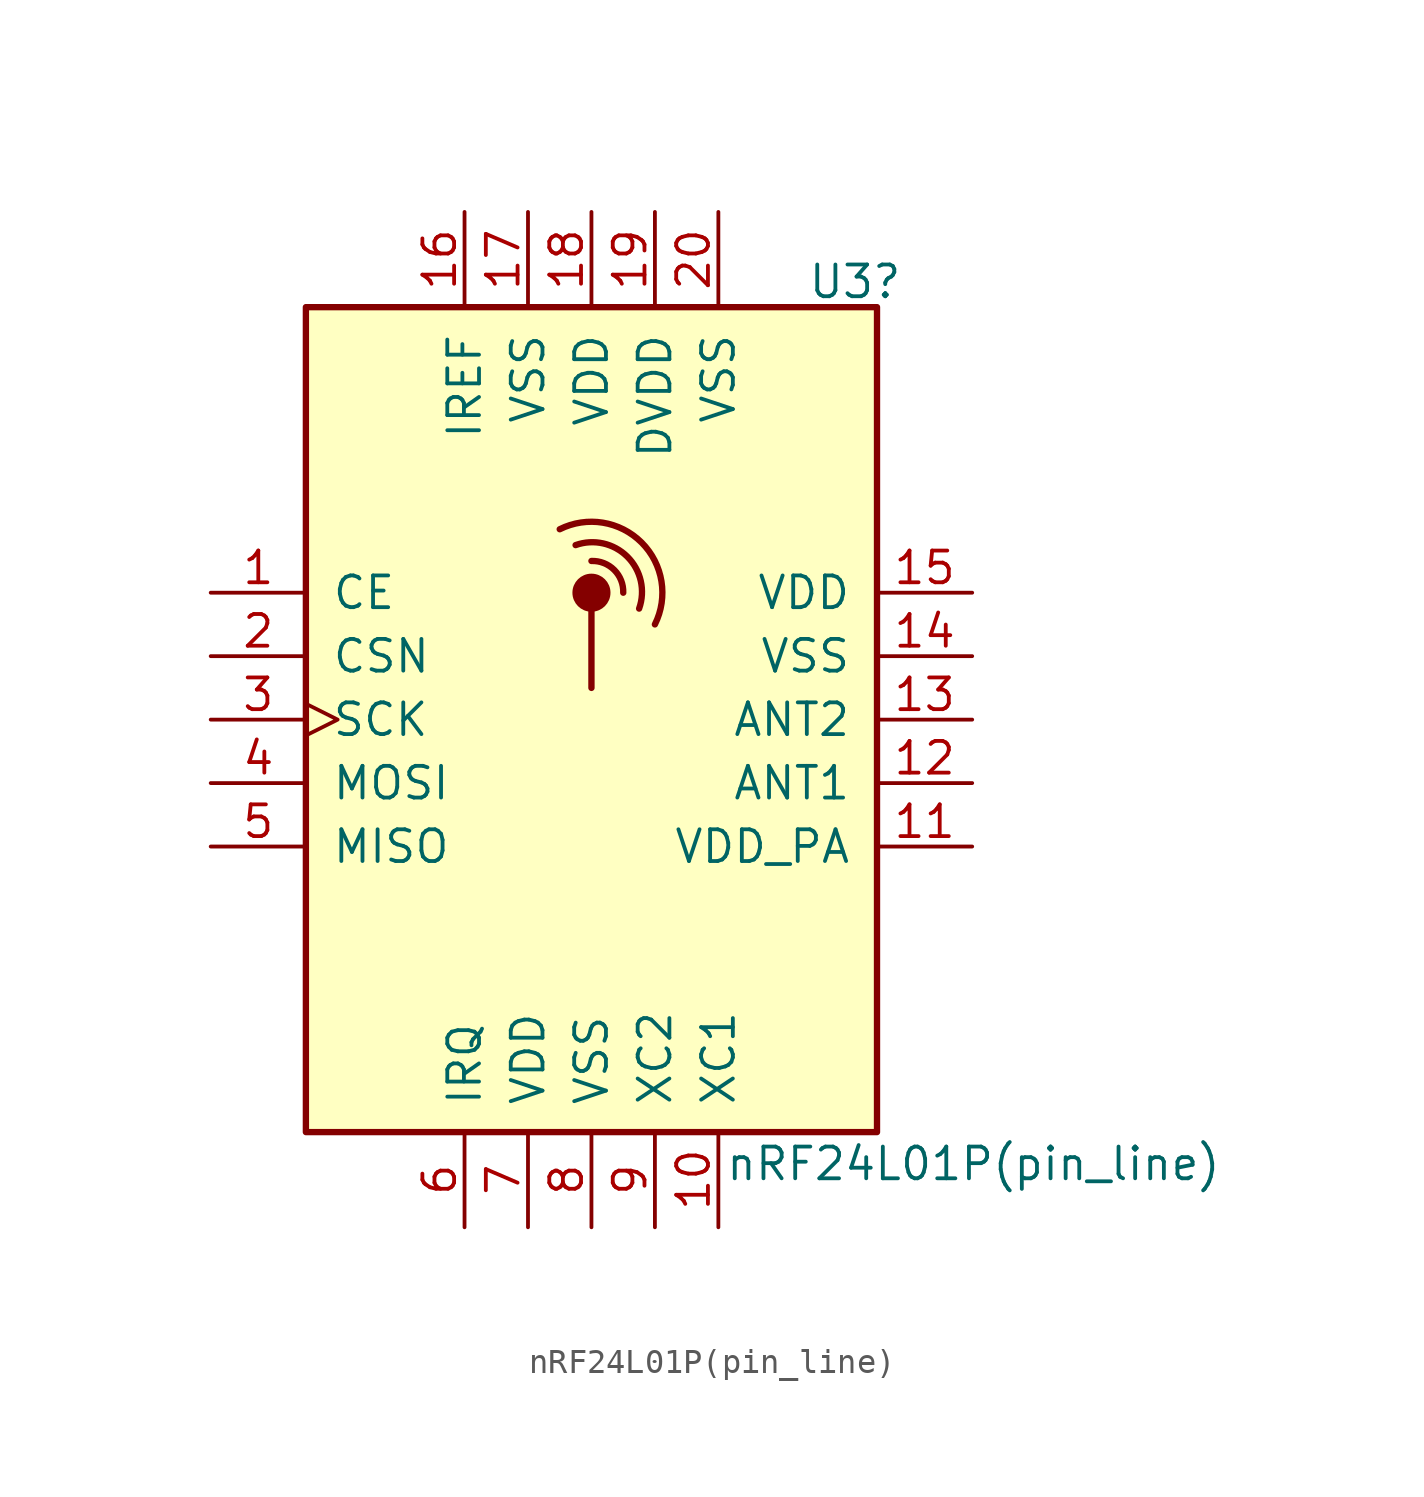
<source format=kicad_sym>
(kicad_symbol_lib
  (version 20231120)
  (generator "kicad_symbol_editor")
  (generator_version "8.0")
  (symbol "nRF24L01P(pin_line)"
    (pin_names
      (offset 1.016))
    (property "Reference" "U3"
      (at 8.636 17.526 0)
      (effects (font (size 1.27 1.27)) (justify left)))
    (property "Value" "nRF24L01P(pin_line)"
      (at 5.334 -17.78 0)
      (effects (font (size 1.27 1.27)) (justify left)))
    (symbol "nRF24L01P(pin_line)_0_1"
      (rectangle (start -11.43 16.51) (end 11.43 -16.51) (stroke (width 0.254) (type default)) (fill (type background)))
      (polyline (pts (xy 0 4.445) (xy 0 1.27)) (stroke (width 0.254) (type default)) (fill (type none)))
      (circle (center 0 5.08) (radius 0.635) (stroke (width 0.254) (type default)) (fill (type outline)))
      (arc (start 1.27 5.08) (mid 0.9071 5.9946) (end 0 6.35) (stroke (width 0.254) (type default)) (fill (type none)))
      (arc (start 1.905 4.445) (mid 1.4313 6.5254) (end -0.635 6.985) (stroke (width 0.254) (type default)) (fill (type none)))
      (arc (start 2.54 3.81) (mid 2.008 7.088) (end -1.27 7.62) (stroke (width 0.254) (type default)) (fill (type none)))
      (rectangle (start 11.43 -13.97) (end 11.43 -13.97) (stroke (width 0) (type default)) (fill (type none))))
    (symbol "nRF24L01P(pin_line)_1_1"
      (pin input line (at -15.24 5.08 0) (length 3.81) (name "CE" (effects (font (size 1.27 1.27)))) (number "1" (effects (font (size 1.27 1.27)))))
      (pin passive line (at 5.08 -20.32 90) (length 3.81) (name "XC1" (effects (font (size 1.27 1.27)))) (number "10" (effects (font (size 1.27 1.27)))))
      (pin power_out line (at 15.24 -5.08 180) (length 3.81) (name "VDD_PA" (effects (font (size 1.27 1.27)))) (number "11" (effects (font (size 1.27 1.27)))))
      (pin passive line (at 15.24 -2.54 180) (length 3.81) (name "ANT1" (effects (font (size 1.27 1.27)))) (number "12" (effects (font (size 1.27 1.27)))))
      (pin passive line (at 15.24 0 180) (length 3.81) (name "ANT2" (effects (font (size 1.27 1.27)))) (number "13" (effects (font (size 1.27 1.27)))))
      (pin power_in line (at 15.24 2.54 180) (length 3.81) (name "VSS" (effects (font (size 1.27 1.27)))) (number "14" (effects (font (size 1.27 1.27)))))
      (pin power_in line (at 15.24 5.08 180) (length 3.81) (name "VDD" (effects (font (size 1.27 1.27)))) (number "15" (effects (font (size 1.27 1.27)))))
      (pin passive line (at -5.08 20.32 270) (length 3.81) (name "IREF" (effects (font (size 1.27 1.27)))) (number "16" (effects (font (size 1.27 1.27)))))
      (pin power_in line (at -2.54 20.32 270) (length 3.81) (name "VSS" (effects (font (size 1.27 1.27)))) (number "17" (effects (font (size 1.27 1.27)))))
      (pin power_in line (at 0 20.32 270) (length 3.81) (name "VDD" (effects (font (size 1.27 1.27)))) (number "18" (effects (font (size 1.27 1.27)))))
      (pin power_out line (at 2.54 20.32 270) (length 3.81) (name "DVDD" (effects (font (size 1.27 1.27)))) (number "19" (effects (font (size 1.27 1.27)))))
      (pin input line (at -15.24 2.54 0) (length 3.81) (name "CSN" (effects (font (size 1.27 1.27)))) (number "2" (effects (font (size 1.27 1.27)))))
      (pin power_in line (at 5.08 20.32 270) (length 3.81) (name "VSS" (effects (font (size 1.27 1.27)))) (number "20" (effects (font (size 1.27 1.27)))))
      (pin input clock (at -15.24 0 0) (length 3.81) (name "SCK" (effects (font (size 1.27 1.27)))) (number "3" (effects (font (size 1.27 1.27)))))
      (pin input line (at -15.24 -2.54 0) (length 3.81) (name "MOSI" (effects (font (size 1.27 1.27)))) (number "4" (effects (font (size 1.27 1.27)))))
      (pin output line (at -15.24 -5.08 0) (length 3.81) (name "MISO" (effects (font (size 1.27 1.27)))) (number "5" (effects (font (size 1.27 1.27)))))
      (pin output line (at -5.08 -20.32 90) (length 3.81) (name "IRQ" (effects (font (size 1.27 1.27)))) (number "6" (effects (font (size 1.27 1.27)))))
      (pin power_in line (at -2.54 -20.32 90) (length 3.81) (name "VDD" (effects (font (size 1.27 1.27)))) (number "7" (effects (font (size 1.27 1.27)))))
      (pin power_in line (at 0 -20.32 90) (length 3.81) (name "VSS" (effects (font (size 1.27 1.27)))) (number "8" (effects (font (size 1.27 1.27)))))
      (pin passive line (at 2.54 -20.32 90) (length 3.81) (name "XC2" (effects (font (size 1.27 1.27)))) (number "9" (effects (font (size 1.27 1.27))))))))
</source>
